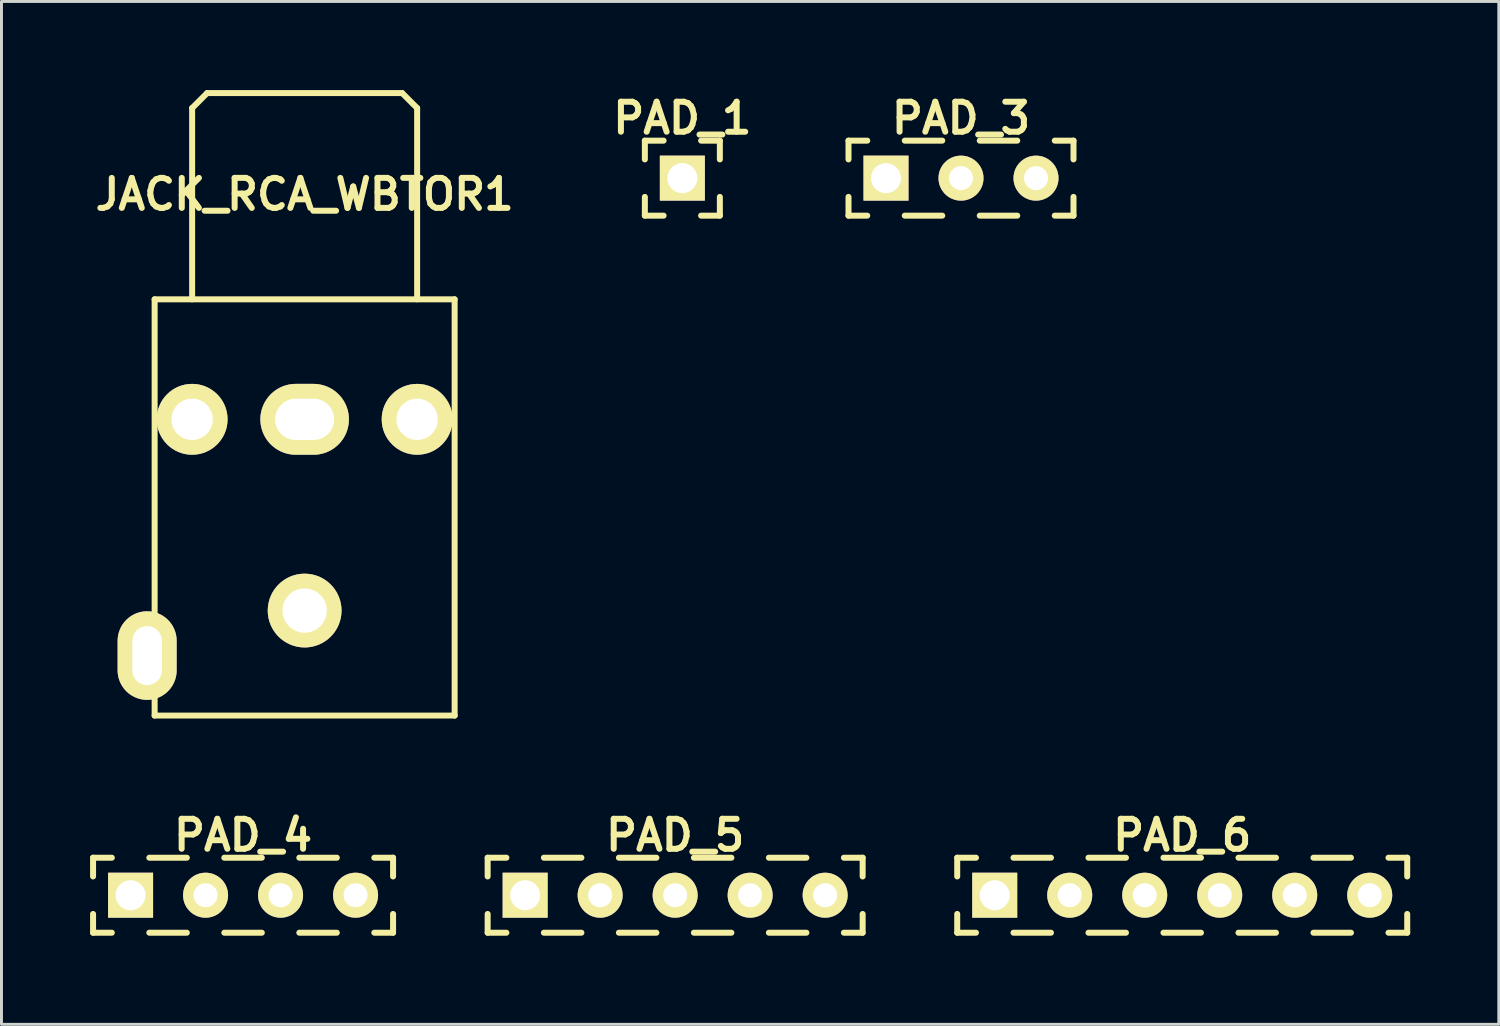
<source format=kicad_pcb>
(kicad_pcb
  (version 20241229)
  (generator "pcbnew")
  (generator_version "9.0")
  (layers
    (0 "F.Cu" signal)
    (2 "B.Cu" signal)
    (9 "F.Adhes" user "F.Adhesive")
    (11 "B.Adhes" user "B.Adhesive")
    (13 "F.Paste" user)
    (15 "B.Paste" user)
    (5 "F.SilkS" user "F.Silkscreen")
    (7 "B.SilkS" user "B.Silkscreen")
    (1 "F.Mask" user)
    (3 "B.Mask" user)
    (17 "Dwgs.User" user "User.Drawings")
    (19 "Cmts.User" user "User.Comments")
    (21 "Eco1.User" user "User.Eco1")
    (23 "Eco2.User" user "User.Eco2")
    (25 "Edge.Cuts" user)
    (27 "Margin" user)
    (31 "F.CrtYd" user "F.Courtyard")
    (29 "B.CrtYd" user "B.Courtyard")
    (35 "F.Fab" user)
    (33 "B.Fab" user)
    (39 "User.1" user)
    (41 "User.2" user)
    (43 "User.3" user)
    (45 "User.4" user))
  (footprint "PAD_3"
    (layer "F.Cu")
    (at 29.496 2.983)
    (property "Reference" "PAD_3" (at 0 -2.032 0) (layer "F.SilkS") (effects (font (size 1.016 1.016) (thickness 0.203))))
    (attr through_hole)
    (fp_line (start -3.81 -1.27) (end -3.175 -1.27) (stroke (width 0.203) (type solid)) (layer "F.SilkS"))
    (fp_line (start -3.81 -0.635) (end -3.81 -1.27) (stroke (width 0.203) (type solid)) (layer "F.SilkS"))
    (fp_line (start -3.81 1.27) (end -3.81 0.635) (stroke (width 0.203) (type solid)) (layer "F.SilkS"))
    (fp_line (start -3.175 1.27) (end -3.81 1.27) (stroke (width 0.203) (type solid)) (layer "F.SilkS"))
    (fp_line (start -1.905 -1.27) (end -0.635 -1.27) (stroke (width 0.203) (type solid)) (layer "F.SilkS"))
    (fp_line (start -1.905 1.27) (end -0.635 1.27) (stroke (width 0.203) (type solid)) (layer "F.SilkS"))
    (fp_line (start 0.635 -1.27) (end 1.905 -1.27) (stroke (width 0.203) (type solid)) (layer "F.SilkS"))
    (fp_line (start 0.635 1.27) (end 1.905 1.27) (stroke (width 0.203) (type solid)) (layer "F.SilkS"))
    (fp_line (start 3.175 -1.27) (end 3.81 -1.27) (stroke (width 0.203) (type solid)) (layer "F.SilkS"))
    (fp_line (start 3.81 -1.27) (end 3.81 -0.635) (stroke (width 0.203) (type solid)) (layer "F.SilkS"))
    (fp_line (start 3.81 0.635) (end 3.81 1.27) (stroke (width 0.203) (type solid)) (layer "F.SilkS"))
    (fp_line (start 3.81 1.27) (end 3.175 1.27) (stroke (width 0.203) (type solid)) (layer "F.SilkS"))
    (pad "1" thru_hole rect (at -2.54 0) (size 1.524 1.524) (drill 1.016) (layers "*.Cu" "*.Mask" "F.SilkS"))
    (pad "2" thru_hole circle (at 0 0) (size 1.524 1.524) (drill 0.813) (layers "*.Cu" "*.Mask" "F.SilkS"))
    (pad "3" thru_hole circle (at 2.54 0) (size 1.524 1.524) (drill 0.813) (layers "*.Cu" "*.Mask" "F.SilkS")))
  (footprint "PAD_1"
    (layer "F.Cu")
    (at 20.059 2.983)
    (property "Reference" "PAD_1" (at 0 -2.032 0) (layer "F.SilkS") (effects (font (size 1.016 1.016) (thickness 0.203))))
    (attr through_hole)
    (fp_line (start -1.27 -1.27) (end -1.27 -0.635) (stroke (width 0.203) (type solid)) (layer "F.SilkS"))
    (fp_line (start -1.27 0.635) (end -1.27 1.27) (stroke (width 0.203) (type solid)) (layer "F.SilkS"))
    (fp_line (start -1.27 1.27) (end -0.635 1.27) (stroke (width 0.203) (type solid)) (layer "F.SilkS"))
    (fp_line (start -0.635 -1.27) (end -1.27 -1.27) (stroke (width 0.203) (type solid)) (layer "F.SilkS"))
    (fp_line (start 0.635 -1.27) (end 1.27 -1.27) (stroke (width 0.203) (type solid)) (layer "F.SilkS"))
    (fp_line (start 0.635 1.27) (end 1.27 1.27) (stroke (width 0.203) (type solid)) (layer "F.SilkS"))
    (fp_line (start 1.27 -1.27) (end 1.27 -0.635) (stroke (width 0.203) (type solid)) (layer "F.SilkS"))
    (fp_line (start 1.27 1.27) (end 1.27 0.635) (stroke (width 0.203) (type solid)) (layer "F.SilkS"))
    (pad "1" thru_hole rect (at 0 0) (size 1.524 1.524) (drill 1.016) (layers "*.Cu" "*.Mask" "F.SilkS")))
  (footprint "PAD_6"
    (layer "F.Cu")
    (at 36.988 27.268)
    (property "Reference" "PAD_6" (at 0 -2.032 0) (layer "F.SilkS") (effects (font (size 1.016 1.016) (thickness 0.203))))
    (attr through_hole)
    (fp_line (start -7.62 -1.27) (end -7.62 -0.635) (stroke (width 0.203) (type solid)) (layer "F.SilkS"))
    (fp_line (start -7.62 0.635) (end -7.62 1.27) (stroke (width 0.203) (type solid)) (layer "F.SilkS"))
    (fp_line (start -7.62 1.27) (end -6.985 1.27) (stroke (width 0.203) (type solid)) (layer "F.SilkS"))
    (fp_line (start -6.985 -1.27) (end -7.62 -1.27) (stroke (width 0.203) (type solid)) (layer "F.SilkS"))
    (fp_line (start -5.715 -1.27) (end -4.445 -1.27) (stroke (width 0.203) (type solid)) (layer "F.SilkS"))
    (fp_line (start -5.715 1.27) (end -4.445 1.27) (stroke (width 0.203) (type solid)) (layer "F.SilkS"))
    (fp_line (start -3.175 -1.27) (end -1.905 -1.27) (stroke (width 0.203) (type solid)) (layer "F.SilkS"))
    (fp_line (start -3.175 1.27) (end -1.905 1.27) (stroke (width 0.203) (type solid)) (layer "F.SilkS"))
    (fp_line (start -0.635 -1.27) (end 0.635 -1.27) (stroke (width 0.203) (type solid)) (layer "F.SilkS"))
    (fp_line (start -0.635 1.27) (end 0.635 1.27) (stroke (width 0.203) (type solid)) (layer "F.SilkS"))
    (fp_line (start 1.905 -1.27) (end 3.175 -1.27) (stroke (width 0.203) (type solid)) (layer "F.SilkS"))
    (fp_line (start 1.905 1.27) (end 3.175 1.27) (stroke (width 0.203) (type solid)) (layer "F.SilkS"))
    (fp_line (start 4.445 -1.27) (end 5.715 -1.27) (stroke (width 0.203) (type solid)) (layer "F.SilkS"))
    (fp_line (start 4.445 1.27) (end 5.715 1.27) (stroke (width 0.203) (type solid)) (layer "F.SilkS"))
    (fp_line (start 6.985 -1.27) (end 7.62 -1.27) (stroke (width 0.203) (type solid)) (layer "F.SilkS"))
    (fp_line (start 7.62 -1.27) (end 7.62 -0.635) (stroke (width 0.203) (type solid)) (layer "F.SilkS"))
    (fp_line (start 7.62 0.635) (end 7.62 1.27) (stroke (width 0.203) (type solid)) (layer "F.SilkS"))
    (fp_line (start 7.62 1.27) (end 6.985 1.27) (stroke (width 0.203) (type solid)) (layer "F.SilkS"))
    (pad "1" thru_hole rect (at -6.35 0) (size 1.524 1.524) (drill 1.016) (layers "*.Cu" "*.Mask" "F.SilkS"))
    (pad "2" thru_hole circle (at -3.81 0) (size 1.524 1.524) (drill 0.813) (layers "*.Cu" "*.Mask" "F.SilkS"))
    (pad "3" thru_hole circle (at -1.27 0) (size 1.524 1.524) (drill 0.813) (layers "*.Cu" "*.Mask" "F.SilkS"))
    (pad "4" thru_hole circle (at 1.27 0) (size 1.524 1.524) (drill 0.813) (layers "*.Cu" "*.Mask" "F.SilkS"))
    (pad "5" thru_hole circle (at 3.81 0) (size 1.524 1.524) (drill 0.813) (layers "*.Cu" "*.Mask" "F.SilkS"))
    (pad "6" thru_hole circle (at 6.35 0) (size 1.524 1.524) (drill 0.813) (layers "*.Cu" "*.Mask" "F.SilkS")))
  (footprint "PAD_5"
    (layer "F.Cu")
    (at 19.815 27.268)
    (property "Reference" "PAD_5" (at 0 -2.032 0) (layer "F.SilkS") (effects (font (size 1.016 1.016) (thickness 0.203))))
    (attr through_hole)
    (fp_line (start -6.35 -1.27) (end -5.715 -1.27) (stroke (width 0.203) (type solid)) (layer "F.SilkS"))
    (fp_line (start -6.35 -0.635) (end -6.35 -1.27) (stroke (width 0.203) (type solid)) (layer "F.SilkS"))
    (fp_line (start -6.35 0.635) (end -6.35 1.27) (stroke (width 0.203) (type solid)) (layer "F.SilkS"))
    (fp_line (start -6.35 1.27) (end -5.715 1.27) (stroke (width 0.203) (type solid)) (layer "F.SilkS"))
    (fp_line (start -4.445 -1.27) (end -3.175 -1.27) (stroke (width 0.203) (type solid)) (layer "F.SilkS"))
    (fp_line (start -4.445 1.27) (end -3.175 1.27) (stroke (width 0.203) (type solid)) (layer "F.SilkS"))
    (fp_line (start -1.905 -1.27) (end -0.635 -1.27) (stroke (width 0.203) (type solid)) (layer "F.SilkS"))
    (fp_line (start -1.905 1.27) (end -0.635 1.27) (stroke (width 0.203) (type solid)) (layer "F.SilkS"))
    (fp_line (start 0.635 -1.27) (end 1.905 -1.27) (stroke (width 0.203) (type solid)) (layer "F.SilkS"))
    (fp_line (start 0.635 1.27) (end 1.905 1.27) (stroke (width 0.203) (type solid)) (layer "F.SilkS"))
    (fp_line (start 3.175 -1.27) (end 4.445 -1.27) (stroke (width 0.203) (type solid)) (layer "F.SilkS"))
    (fp_line (start 3.175 1.27) (end 4.445 1.27) (stroke (width 0.203) (type solid)) (layer "F.SilkS"))
    (fp_line (start 5.715 -1.27) (end 6.35 -1.27) (stroke (width 0.203) (type solid)) (layer "F.SilkS"))
    (fp_line (start 6.35 -1.27) (end 6.35 -0.635) (stroke (width 0.203) (type solid)) (layer "F.SilkS"))
    (fp_line (start 6.35 0.635) (end 6.35 1.27) (stroke (width 0.203) (type solid)) (layer "F.SilkS"))
    (fp_line (start 6.35 1.27) (end 5.715 1.27) (stroke (width 0.203) (type solid)) (layer "F.SilkS"))
    (pad "1" thru_hole rect (at -5.08 0) (size 1.524 1.524) (drill 1.016) (layers "*.Cu" "*.Mask" "F.SilkS"))
    (pad "2" thru_hole circle (at -2.54 0) (size 1.524 1.524) (drill 0.813) (layers "*.Cu" "*.Mask" "F.SilkS"))
    (pad "3" thru_hole circle (at 0 0) (size 1.524 1.524) (drill 0.813) (layers "*.Cu" "*.Mask" "F.SilkS"))
    (pad "4" thru_hole circle (at 2.54 0) (size 1.524 1.524) (drill 0.813) (layers "*.Cu" "*.Mask" "F.SilkS"))
    (pad "5" thru_hole circle (at 5.08 0) (size 1.524 1.524) (drill 0.813) (layers "*.Cu" "*.Mask" "F.SilkS")))
  (footprint "JACK_RCA_WBTOR1"
    (layer "F.Cu")
    (at 7.267 11.151)
    (property "Reference" "JACK_RCA_WBTOR1" (at 0 -7.62 0) (layer "F.SilkS") (effects (font (size 1.016 1.016) (thickness 0.203))))
    (attr through_hole)
    (fp_line (start -5.08 10.033) (end -5.08 -4.064) (stroke (width 0.203) (type solid)) (layer "F.SilkS"))
    (fp_line (start -3.81 -10.541) (end -3.81 -4.064) (stroke (width 0.203) (type solid)) (layer "F.SilkS"))
    (fp_line (start -3.302 -11.049) (end -3.81 -10.541) (stroke (width 0.203) (type solid)) (layer "F.SilkS"))
    (fp_line (start -3.302 -11.049) (end 3.302 -11.049) (stroke (width 0.203) (type solid)) (layer "F.SilkS"))
    (fp_line (start 3.302 -11.049) (end 3.81 -10.541) (stroke (width 0.203) (type solid)) (layer "F.SilkS"))
    (fp_line (start 3.81 -10.541) (end 3.81 -4.064) (stroke (width 0.203) (type solid)) (layer "F.SilkS"))
    (fp_line (start 5.08 -4.064) (end -5.08 -4.064) (stroke (width 0.203) (type solid)) (layer "F.SilkS"))
    (fp_line (start 5.08 -4.064) (end 5.08 10.033) (stroke (width 0.203) (type solid)) (layer "F.SilkS"))
    (fp_line (start 5.08 10.033) (end -5.08 10.033) (stroke (width 0.203) (type solid)) (layer "F.SilkS"))
    (pad "" thru_hole circle (at -3.81 0) (size 2.4 2.4) (drill 1.4) (layers "*.Cu" "*.Mask" "F.SilkS"))
    (pad "" thru_hole circle (at 0 6.477) (size 2.499 2.499) (drill 1.501) (layers "*.Cu" "*.Mask" "F.SilkS"))
    (pad "" thru_hole circle (at 3.81 0) (size 2.4 2.4) (drill 1.4) (layers "*.Cu" "*.Mask" "F.SilkS"))
    (pad "S" thru_hole oval (at 0 0) (size 3 2.4) (drill oval 1.999 1.4) (layers "*.Cu" "*.Mask" "F.SilkS"))
    (pad "T" thru_hole oval (at -5.334 8.001) (size 1.999 3) (drill oval 1.001 1.999) (layers "*.Cu" "*.Mask" "F.SilkS")))
  (footprint "PAD_4"
    (layer "F.Cu")
    (at 5.182 27.268)
    (property "Reference" "PAD_4" (at 0 -2.032 0) (layer "F.SilkS") (effects (font (size 1.016 1.016) (thickness 0.203))))
    (attr through_hole)
    (fp_line (start -5.08 -1.27) (end -4.445 -1.27) (stroke (width 0.203) (type solid)) (layer "F.SilkS"))
    (fp_line (start -5.08 -0.635) (end -5.08 -1.27) (stroke (width 0.203) (type solid)) (layer "F.SilkS"))
    (fp_line (start -5.08 1.27) (end -5.08 0.635) (stroke (width 0.203) (type solid)) (layer "F.SilkS"))
    (fp_line (start -4.445 1.27) (end -5.08 1.27) (stroke (width 0.203) (type solid)) (layer "F.SilkS"))
    (fp_line (start -3.175 -1.27) (end -1.905 -1.27) (stroke (width 0.203) (type solid)) (layer "F.SilkS"))
    (fp_line (start -3.175 1.27) (end -1.905 1.27) (stroke (width 0.203) (type solid)) (layer "F.SilkS"))
    (fp_line (start -0.635 -1.27) (end 0.635 -1.27) (stroke (width 0.203) (type solid)) (layer "F.SilkS"))
    (fp_line (start -0.635 1.27) (end 0.635 1.27) (stroke (width 0.203) (type solid)) (layer "F.SilkS"))
    (fp_line (start 1.905 -1.27) (end 3.175 -1.27) (stroke (width 0.203) (type solid)) (layer "F.SilkS"))
    (fp_line (start 1.905 1.27) (end 3.175 1.27) (stroke (width 0.203) (type solid)) (layer "F.SilkS"))
    (fp_line (start 4.445 -1.27) (end 5.08 -1.27) (stroke (width 0.203) (type solid)) (layer "F.SilkS"))
    (fp_line (start 5.08 -1.27) (end 5.08 -0.635) (stroke (width 0.203) (type solid)) (layer "F.SilkS"))
    (fp_line (start 5.08 0.635) (end 5.08 1.27) (stroke (width 0.203) (type solid)) (layer "F.SilkS"))
    (fp_line (start 5.08 1.27) (end 4.445 1.27) (stroke (width 0.203) (type solid)) (layer "F.SilkS"))
    (pad "1" thru_hole rect (at -3.81 0) (size 1.524 1.524) (drill 1.016) (layers "*.Cu" "*.Mask" "F.SilkS"))
    (pad "2" thru_hole circle (at -1.27 0) (size 1.524 1.524) (drill 0.813) (layers "*.Cu" "*.Mask" "F.SilkS"))
    (pad "3" thru_hole circle (at 1.27 0) (size 1.524 1.524) (drill 0.813) (layers "*.Cu" "*.Mask" "F.SilkS"))
    (pad "4" thru_hole circle (at 3.81 0) (size 1.524 1.524) (drill 0.813) (layers "*.Cu" "*.Mask" "F.SilkS")))
  (gr_rect
    (start -3 -3)
    (end 47.71 31.64)
    (stroke (width 0.1) (type default))
    (fill no)
    (layer "Edge.Cuts")))
</source>
